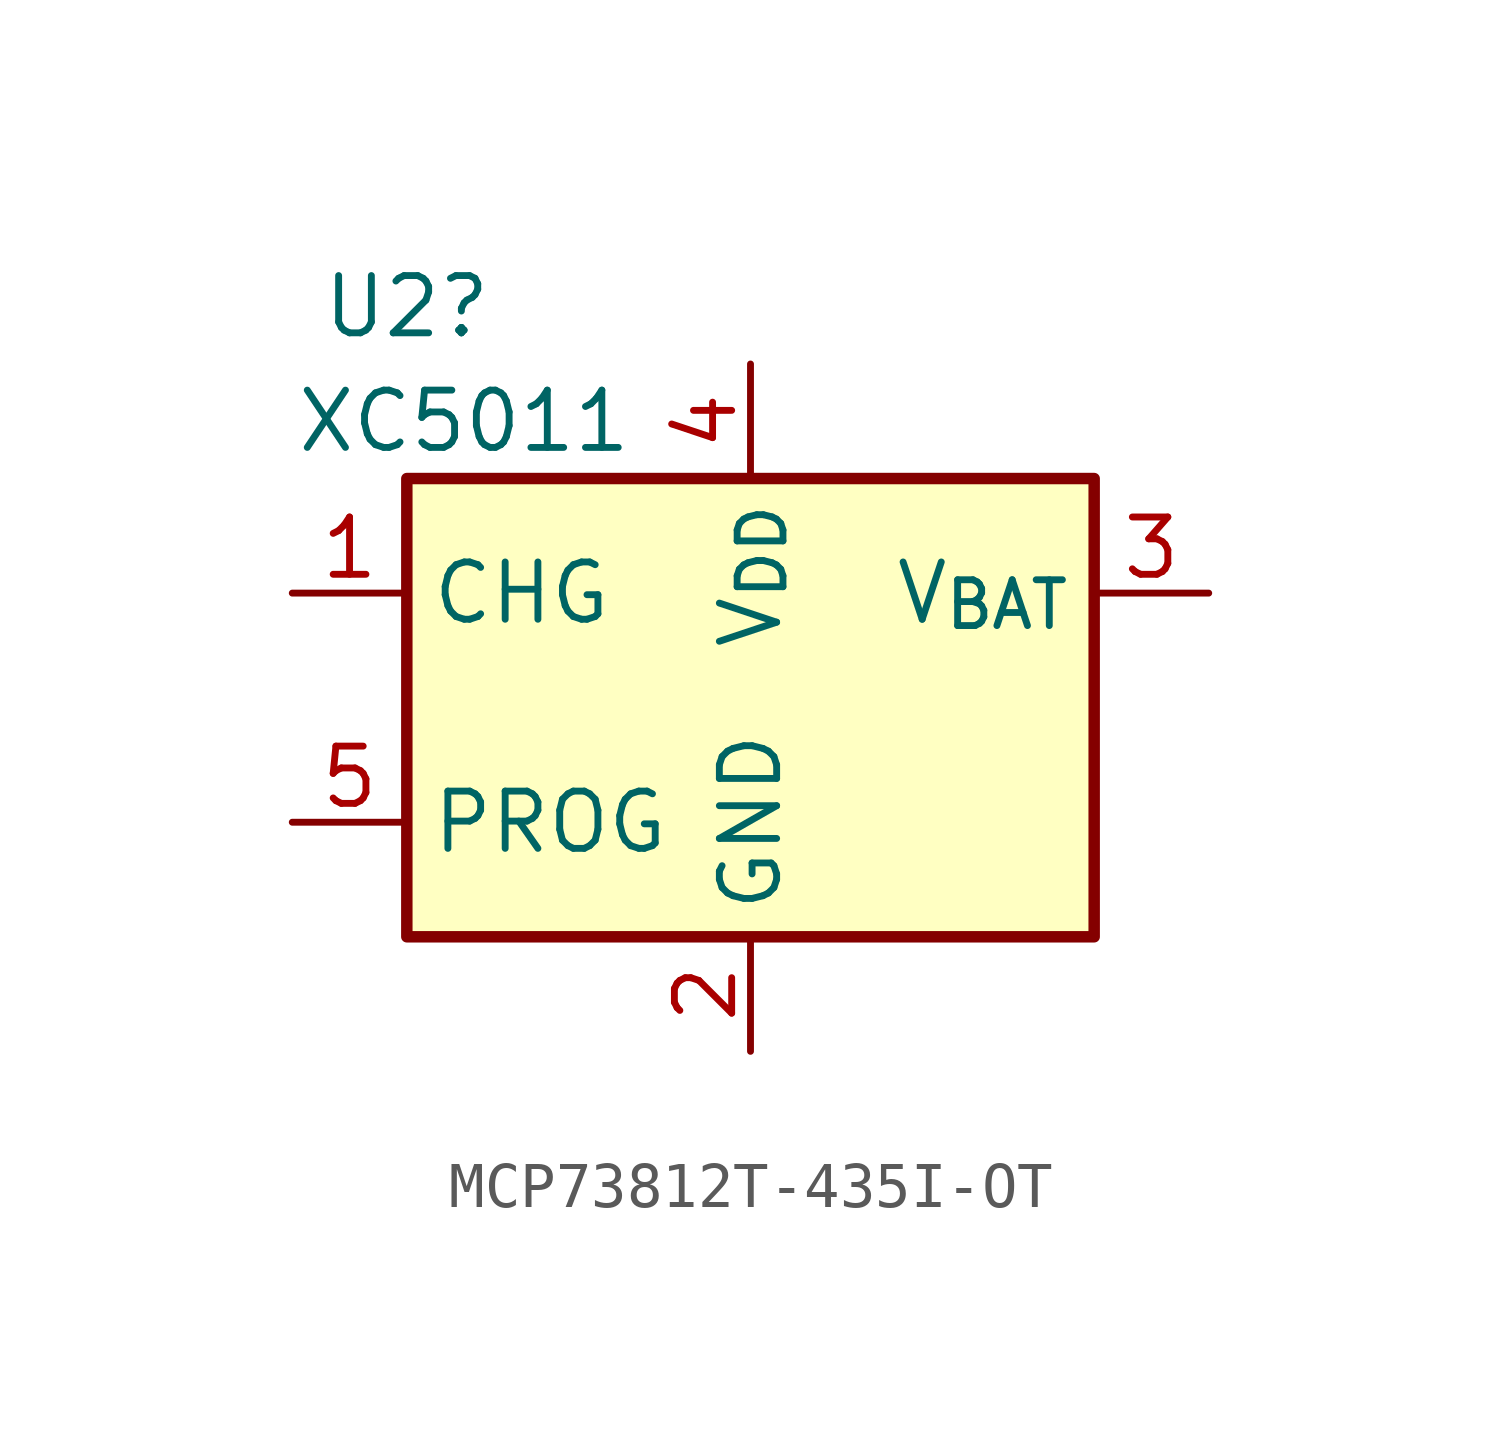
<source format=kicad_sym>
(kicad_symbol_lib
  (version 20220914)
  (generator kicad_symbol_editor)
  (symbol "MCP73812T-435I-OT"
    (property "Reference" "U2"
      (at -7.62 8.89 0)
      (effects (font (size 1.27 1.27))))
    (property "Value" "XC5011"
      (at -6.35 6.35 0)
      (effects (font (size 1.27 1.27))))
    (symbol "MCP73812T-435I-OT_0_1"
      (rectangle (start -7.62 5.08) (end 7.62 -5.08) (stroke (width 0.254) (type default)) (fill (type background))))
    (symbol "MCP73812T-435I-OT_1_1"
      (pin open_emitter line (at -10.16 2.54 0) (length 2.54) (name "CHG" (effects (font (size 1.27 1.27)))) (number "1" (effects (font (size 1.27 1.27)))))
      (pin power_in line (at 0 -7.62 90) (length 2.54) (name "GND" (effects (font (size 1.27 1.27)))) (number "2" (effects (font (size 1.27 1.27)))))
      (pin power_out line (at 10.16 2.54 180) (length 2.54) (name "V_{BAT}" (effects (font (size 1.27 1.27)))) (number "3" (effects (font (size 1.27 1.27)))))
      (pin power_in line (at 0 7.62 270) (length 2.54) (name "V_{DD}" (effects (font (size 1.27 1.27)))) (number "4" (effects (font (size 1.27 1.27)))))
      (pin input line (at -10.16 -2.54 0) (length 2.54) (name "PROG" (effects (font (size 1.27 1.27)))) (number "5" (effects (font (size 1.27 1.27))))))))
</source>
